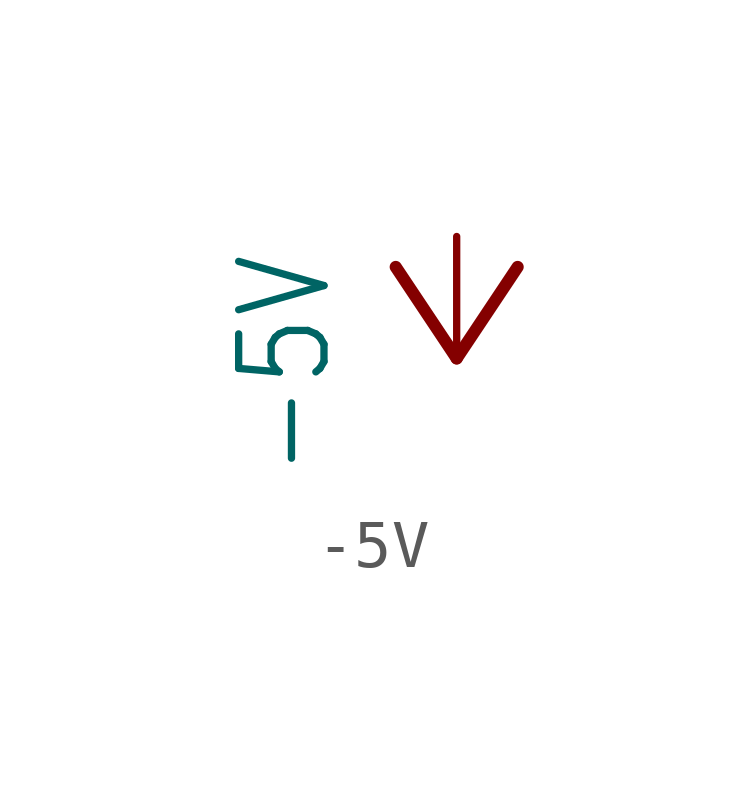
<source format=kicad_sym>
(kicad_symbol_lib
  (version 20211014)
  (generator kicad_symbol_editor)
  (symbol "-5V"
    (power)
    (property "Reference" "#P-"
      (at 0 0 0)
      (effects (font (size 1.27 1.27)) hide))
    (property "Value" "-5V"
      (at -2.54 -2.54 90)
      (effects (font (size 1.778 1.511)) (justify left bottom)))
    (property "ki_locked" ""
      (at 0 0 0)
      (effects (font (size 1.27 1.27))))
    (symbol "-5V_1_0"
      (polyline (pts (xy -1.27 1.905) (xy 0 0)) (stroke (width 0.254) (type default) (color 0 0 0 0)) (fill (type none)))
      (polyline (pts (xy 0 0) (xy 1.27 1.905)) (stroke (width 0.254) (type default) (color 0 0 0 0)) (fill (type none)))
      (pin power_in line (at 0 2.54 270) (length 2.54) (name "-5V" (effects (font (size 0 0)))) (number "1" (effects (font (size 0 0))))))))
</source>
